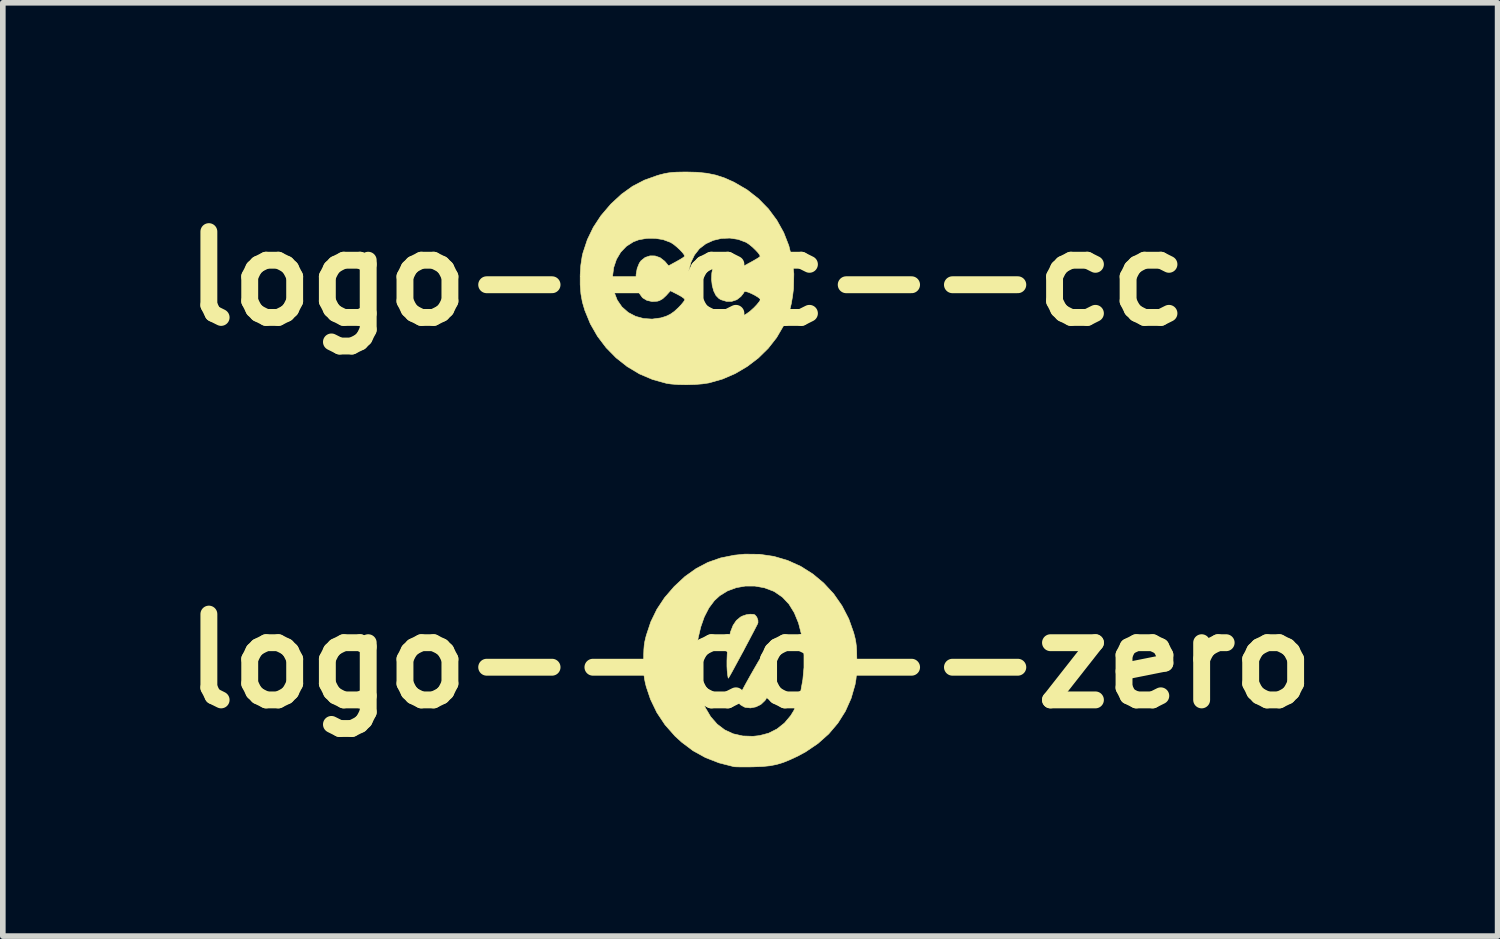
<source format=kicad_pcb>
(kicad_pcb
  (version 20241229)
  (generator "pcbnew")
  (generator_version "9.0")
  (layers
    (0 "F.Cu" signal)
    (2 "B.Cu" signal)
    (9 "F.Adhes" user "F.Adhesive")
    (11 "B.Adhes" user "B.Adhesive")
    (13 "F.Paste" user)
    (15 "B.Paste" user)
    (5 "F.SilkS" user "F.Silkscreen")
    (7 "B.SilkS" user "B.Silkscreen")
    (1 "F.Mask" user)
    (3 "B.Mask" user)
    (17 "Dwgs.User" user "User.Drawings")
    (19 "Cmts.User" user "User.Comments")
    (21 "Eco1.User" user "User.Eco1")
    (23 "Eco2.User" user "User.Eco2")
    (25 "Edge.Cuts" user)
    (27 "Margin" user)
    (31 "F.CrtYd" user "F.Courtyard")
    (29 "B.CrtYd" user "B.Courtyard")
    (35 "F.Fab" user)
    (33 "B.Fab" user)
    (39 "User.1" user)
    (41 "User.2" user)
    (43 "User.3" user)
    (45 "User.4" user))
  (footprint "logo--cc--cc"
    (layer "F.Cu")
    (at 9.151 1.899)
    (property "Reference" "logo--cc--cc" (at 0 0 0) (layer "F.SilkS") (effects (font (size 1.524 1.524) (thickness 0.3))))
    (attr through_hole)
    (fp_poly (pts (xy 0.182 -1.889) (xy 0.357 -1.871) (xy 0.517 -1.838) (xy 0.671 -1.787) (xy 0.83 -1.716) (xy 0.844 -1.709) (xy 1.07 -1.577) (xy 1.272 -1.419) (xy 1.449 -1.238) (xy 1.598 -1.037) (xy 1.72 -0.818) (xy 1.811 -0.585) (xy 1.872 -0.34) (xy 1.9 -0.085) (xy 1.894 0.177) (xy 1.878 0.308) (xy 1.854 0.448) (xy 1.825 0.567) (xy 1.787 0.678) (xy 1.736 0.796) (xy 1.713 0.844) (xy 1.594 1.048) (xy 1.445 1.238) (xy 1.27 1.41) (xy 1.073 1.56) (xy 0.86 1.686) (xy 0.633 1.784) (xy 0.398 1.851) (xy 0.39 1.853) (xy 0.275 1.87) (xy 0.137 1.881) (xy -0.009 1.885) (xy -0.153 1.882) (xy -0.283 1.872) (xy -0.363 1.86) (xy -0.609 1.792) (xy -0.842 1.693) (xy -1.058 1.564) (xy -1.257 1.407) (xy -1.434 1.227) (xy -1.588 1.024) (xy -1.715 0.802) (xy -1.813 0.563) (xy -1.856 0.417) (xy -1.882 0.273) (xy -1.895 0.108) (xy -1.895 -0.035) (xy -1.321 -0.035) (xy -1.318 0.081) (xy -1.291 0.243) (xy -1.237 0.382) (xy -1.156 0.5) (xy -1.15 0.506) (xy -1.041 0.602) (xy -0.912 0.67) (xy -0.769 0.709) (xy -0.617 0.719) (xy -0.463 0.698) (xy -0.372 0.67) (xy -0.296 0.634) (xy -0.224 0.584) (xy -0.15 0.516) (xy -0.099 0.462) (xy -0.06 0.414) (xy -0.038 0.381) (xy -0.036 0.374) (xy -0.052 0.351) (xy -0.097 0.318) (xy -0.164 0.281) (xy -0.292 0.216) (xy -0.368 0.3) (xy -0.429 0.357) (xy -0.487 0.39) (xy -0.523 0.401) (xy -0.618 0.407) (xy -0.709 0.387) (xy -0.784 0.342) (xy -0.792 0.334) (xy -0.847 0.257) (xy -0.883 0.157) (xy -0.902 0.045) (xy -0.902 -0.001) (xy 0.022 -0.001) (xy 0.033 0.148) (xy 0.068 0.289) (xy 0.127 0.417) (xy 0.21 0.526) (xy 0.229 0.544) (xy 0.35 0.632) (xy 0.488 0.69) (xy 0.637 0.718) (xy 0.793 0.714) (xy 0.949 0.678) (xy 0.971 0.67) (xy 1.047 0.634) (xy 1.118 0.584) (xy 1.193 0.516) (xy 1.244 0.462) (xy 1.283 0.414) (xy 1.304 0.381) (xy 1.306 0.373) (xy 1.292 0.352) (xy 1.254 0.324) (xy 1.202 0.293) (xy 1.144 0.264) (xy 1.089 0.241) (xy 1.045 0.229) (xy 1.022 0.231) (xy 1.02 0.233) (xy 1.004 0.261) (xy 0.972 0.302) (xy 0.959 0.318) (xy 0.886 0.375) (xy 0.798 0.404) (xy 0.702 0.404) (xy 0.607 0.375) (xy 0.57 0.354) (xy 0.517 0.3) (xy 0.477 0.22) (xy 0.45 0.121) (xy 0.438 0.012) (xy 0.443 -0.098) (xy 0.46 -0.185) (xy 0.504 -0.281) (xy 0.568 -0.352) (xy 0.646 -0.395) (xy 0.732 -0.41) (xy 0.82 -0.395) (xy 0.905 -0.349) (xy 0.962 -0.293) (xy 1.017 -0.227) (xy 1.157 -0.303) (xy 1.22 -0.339) (xy 1.27 -0.369) (xy 1.298 -0.391) (xy 1.302 -0.395) (xy 1.294 -0.42) (xy 1.264 -0.461) (xy 1.218 -0.51) (xy 1.165 -0.561) (xy 1.11 -0.606) (xy 1.06 -0.64) (xy 1.051 -0.645) (xy 0.912 -0.697) (xy 0.764 -0.72) (xy 0.614 -0.714) (xy 0.47 -0.68) (xy 0.338 -0.62) (xy 0.226 -0.535) (xy 0.221 -0.53) (xy 0.135 -0.42) (xy 0.073 -0.291) (xy 0.035 -0.149) (xy 0.022 -0.001) (xy -0.902 -0.001) (xy -0.902 -0.071) (xy -0.883 -0.18) (xy -0.845 -0.274) (xy -0.815 -0.317) (xy -0.741 -0.376) (xy -0.655 -0.404) (xy -0.565 -0.403) (xy -0.476 -0.372) (xy -0.398 -0.312) (xy -0.38 -0.293) (xy -0.326 -0.227) (xy -0.186 -0.303) (xy -0.122 -0.339) (xy -0.072 -0.37) (xy -0.044 -0.392) (xy -0.04 -0.397) (xy -0.048 -0.423) (xy -0.078 -0.463) (xy -0.124 -0.512) (xy -0.178 -0.562) (xy -0.234 -0.608) (xy -0.285 -0.641) (xy -0.293 -0.645) (xy -0.422 -0.693) (xy -0.566 -0.716) (xy -0.713 -0.715) (xy -0.854 -0.69) (xy -0.95 -0.654) (xy -1.074 -0.575) (xy -1.175 -0.47) (xy -1.251 -0.342) (xy -1.3 -0.196) (xy -1.321 -0.035) (xy -1.895 -0.035) (xy -1.895 -0.067) (xy -1.884 -0.239) (xy -1.86 -0.396) (xy -1.846 -0.456) (xy -1.768 -0.692) (xy -1.662 -0.911) (xy -1.527 -1.117) (xy -1.359 -1.314) (xy -1.346 -1.328) (xy -1.16 -1.5) (xy -0.965 -1.64) (xy -0.755 -1.749) (xy -0.526 -1.831) (xy -0.481 -1.844) (xy -0.402 -1.864) (xy -0.333 -1.877) (xy -0.262 -1.886) (xy -0.18 -1.891) (xy -0.076 -1.893) (xy -0.018 -1.894) (xy 0.182 -1.889)) (stroke (width 0.01) (type solid)) (fill yes) (layer "F.SilkS")))
  (footprint "logo--cc--zero"
    (layer "F.Cu")
    (at 10.276 8.693)
    (property "Reference" "logo--cc--zero" (at 0 0 0) (layer "F.SilkS") (effects (font (size 1.524 1.524) (thickness 0.3))))
    (attr through_hole)
    (fp_poly (pts (xy 0.057 -0.83) (xy 0.083 -0.821) (xy 0.117 -0.781) (xy 0.137 -0.726) (xy 0.138 -0.681) (xy 0.128 -0.657) (xy 0.103 -0.608) (xy 0.066 -0.536) (xy 0.019 -0.447) (xy -0.034 -0.346) (xy -0.091 -0.239) (xy -0.15 -0.128) (xy -0.208 -0.021) (xy -0.262 0.079) (xy -0.309 0.166) (xy -0.348 0.236) (xy -0.375 0.283) (xy -0.388 0.304) (xy -0.388 0.304) (xy -0.393 0.291) (xy -0.4 0.25) (xy -0.407 0.188) (xy -0.409 0.169) (xy -0.413 0.092) (xy -0.413 -0.007) (xy -0.409 -0.115) (xy -0.404 -0.2) (xy -0.382 -0.376) (xy -0.349 -0.521) (xy -0.304 -0.635) (xy -0.246 -0.721) (xy -0.173 -0.782) (xy -0.138 -0.8) (xy -0.071 -0.823) (xy -0.001 -0.833) (xy 0.057 -0.83)) (stroke (width 0.01) (type solid)) (fill yes) (layer "F.SilkS"))
    (fp_poly (pts (xy 0.384 -0.357) (xy 0.393 -0.322) (xy 0.401 -0.258) (xy 0.407 -0.173) (xy 0.41 -0.076) (xy 0.411 0.027) (xy 0.409 0.127) (xy 0.404 0.217) (xy 0.401 0.249) (xy 0.374 0.425) (xy 0.333 0.568) (xy 0.278 0.679) (xy 0.261 0.702) (xy 0.19 0.769) (xy 0.102 0.813) (xy 0.006 0.832) (xy -0.087 0.822) (xy -0.108 0.814) (xy -0.177 0.774) (xy -0.213 0.72) (xy -0.218 0.687) (xy -0.209 0.659) (xy -0.185 0.606) (xy -0.149 0.534) (xy -0.102 0.445) (xy -0.047 0.345) (xy 0.013 0.238) (xy 0.076 0.128) (xy 0.139 0.019) (xy 0.2 -0.083) (xy 0.256 -0.176) (xy 0.305 -0.254) (xy 0.344 -0.313) (xy 0.371 -0.349) (xy 0.384 -0.357) (xy 0.384 -0.357)) (stroke (width 0.01) (type solid)) (fill yes) (layer "F.SilkS"))
    (fp_poly (pts (xy 0.166 -1.897) (xy 0.42 -1.86) (xy 0.664 -1.788) (xy 0.897 -1.683) (xy 1.115 -1.545) (xy 1.304 -1.387) (xy 1.482 -1.195) (xy 1.631 -0.981) (xy 1.751 -0.749) (xy 1.838 -0.503) (xy 1.844 -0.48) (xy 1.864 -0.402) (xy 1.877 -0.332) (xy 1.886 -0.261) (xy 1.891 -0.178) (xy 1.893 -0.074) (xy 1.894 -0.018) (xy 1.893 0.121) (xy 1.888 0.234) (xy 1.878 0.328) (xy 1.863 0.415) (xy 1.863 0.417) (xy 1.792 0.663) (xy 1.69 0.891) (xy 1.557 1.102) (xy 1.395 1.293) (xy 1.204 1.463) (xy 0.986 1.611) (xy 0.844 1.688) (xy 0.704 1.753) (xy 0.583 1.802) (xy 0.469 1.836) (xy 0.352 1.859) (xy 0.221 1.872) (xy 0.066 1.878) (xy 0.045 1.879) (xy -0.057 1.88) (xy -0.15 1.88) (xy -0.225 1.879) (xy -0.275 1.877) (xy -0.29 1.875) (xy -0.554 1.808) (xy -0.795 1.714) (xy -1.016 1.592) (xy -1.218 1.44) (xy -1.334 1.334) (xy -1.512 1.133) (xy -1.658 0.914) (xy -1.772 0.677) (xy -1.847 0.454) (xy -1.865 0.38) (xy -1.878 0.314) (xy -1.887 0.246) (xy -1.891 0.166) (xy -1.893 0.065) (xy -1.893 0.012) (xy -0.962 0.012) (xy -0.952 0.226) (xy -0.923 0.434) (xy -0.873 0.633) (xy -0.803 0.816) (xy -0.797 0.828) (xy -0.702 0.989) (xy -0.587 1.12) (xy -0.453 1.222) (xy -0.301 1.292) (xy -0.133 1.33) (xy 0.05 1.336) (xy 0.163 1.324) (xy 0.327 1.281) (xy 0.477 1.205) (xy 0.609 1.1) (xy 0.72 0.968) (xy 0.775 0.878) (xy 0.844 0.719) (xy 0.898 0.534) (xy 0.935 0.33) (xy 0.955 0.115) (xy 0.955 -0.104) (xy 0.947 -0.223) (xy 0.913 -0.464) (xy 0.858 -0.677) (xy 0.783 -0.859) (xy 0.688 -1.013) (xy 0.572 -1.136) (xy 0.437 -1.229) (xy 0.411 -1.243) (xy 0.25 -1.303) (xy 0.082 -1.333) (xy -0.086 -1.333) (xy -0.25 -1.304) (xy -0.403 -1.247) (xy -0.541 -1.162) (xy -0.636 -1.075) (xy -0.734 -0.944) (xy -0.816 -0.785) (xy -0.879 -0.605) (xy -0.925 -0.409) (xy -0.953 -0.201) (xy -0.962 0.012) (xy -1.893 0.012) (xy -1.893 0) (xy -1.892 -0.116) (xy -1.889 -0.205) (xy -1.883 -0.278) (xy -1.873 -0.344) (xy -1.857 -0.413) (xy -1.846 -0.456) (xy -1.766 -0.697) (xy -1.658 -0.919) (xy -1.521 -1.126) (xy -1.35 -1.324) (xy -1.16 -1.501) (xy -0.961 -1.643) (xy -0.752 -1.753) (xy -0.527 -1.832) (xy -0.283 -1.881) (xy -0.096 -1.9) (xy 0.166 -1.897)) (stroke (width 0.01) (type solid)) (fill yes) (layer "F.SilkS")))
  (gr_rect
    (start -3 -3)
    (end 23.552 13.578)
    (stroke (width 0.1) (type default))
    (fill no)
    (layer "Edge.Cuts")))
</source>
